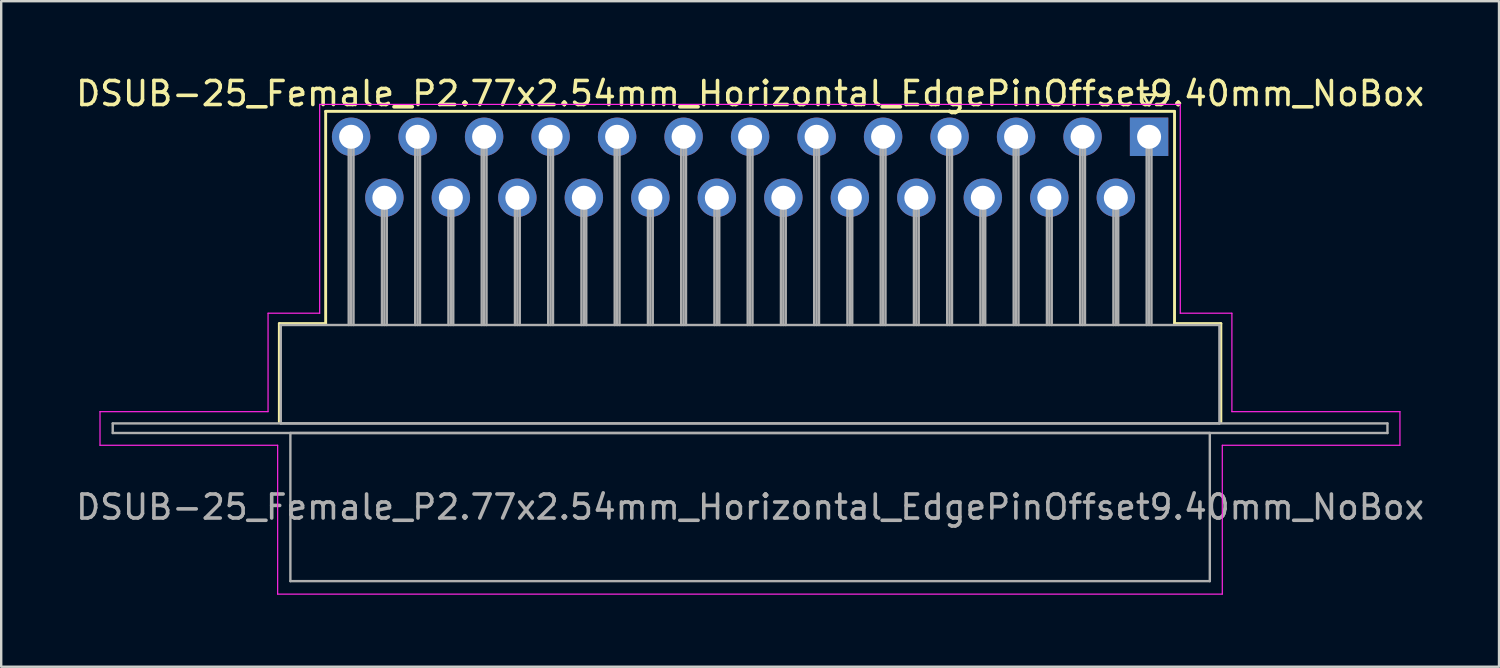
<source format=kicad_pcb>
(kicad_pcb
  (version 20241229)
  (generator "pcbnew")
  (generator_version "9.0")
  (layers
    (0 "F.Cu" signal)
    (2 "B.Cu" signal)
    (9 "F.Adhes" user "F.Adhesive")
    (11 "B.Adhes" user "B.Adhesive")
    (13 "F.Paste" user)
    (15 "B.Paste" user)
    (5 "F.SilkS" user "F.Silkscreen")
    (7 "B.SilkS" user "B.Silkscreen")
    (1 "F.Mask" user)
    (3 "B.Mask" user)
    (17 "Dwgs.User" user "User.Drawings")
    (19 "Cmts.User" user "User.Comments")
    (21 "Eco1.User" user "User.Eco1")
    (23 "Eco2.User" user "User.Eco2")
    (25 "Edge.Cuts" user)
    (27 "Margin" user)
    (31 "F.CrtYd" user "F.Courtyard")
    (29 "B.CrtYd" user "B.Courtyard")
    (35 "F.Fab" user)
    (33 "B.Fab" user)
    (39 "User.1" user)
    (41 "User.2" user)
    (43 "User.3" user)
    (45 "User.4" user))
  (footprint "DSUB-25_Female_P2.77x2.54mm_Horizontal_EdgePinOffset9.40mm_NoBox"
    (layer "F.Cu")
    (at 44.816 2.648)
    (property "Reference" "DSUB-25_Female_P2.77x2.54mm_Horizontal_EdgePinOffset9.40mm_NoBox" (at -16.62 -1.8 0) (layer "F.SilkS") (effects (font (size 1 1) (thickness 0.15))))
    (attr through_hole)
    (fp_line (start -36.23 7.78) (end -34.3 7.78) (stroke (width 0.12) (type solid)) (layer "F.SilkS"))
    (fp_line (start -36.23 11.88) (end -36.23 7.78) (stroke (width 0.12) (type solid)) (layer "F.SilkS"))
    (fp_line (start -34.3 -1.06) (end 1.06 -1.06) (stroke (width 0.12) (type solid)) (layer "F.SilkS"))
    (fp_line (start -34.3 7.78) (end -34.3 -1.06) (stroke (width 0.12) (type solid)) (layer "F.SilkS"))
    (fp_line (start -0.25 -1.754) (end 0.25 -1.754) (stroke (width 0.12) (type solid)) (layer "F.SilkS"))
    (fp_line (start 0 -1.321) (end -0.25 -1.754) (stroke (width 0.12) (type solid)) (layer "F.SilkS"))
    (fp_line (start 0.25 -1.754) (end 0 -1.321) (stroke (width 0.12) (type solid)) (layer "F.SilkS"))
    (fp_line (start 1.06 -1.06) (end 1.06 7.78) (stroke (width 0.12) (type solid)) (layer "F.SilkS"))
    (fp_line (start 1.06 7.78) (end 2.99 7.78) (stroke (width 0.12) (type solid)) (layer "F.SilkS"))
    (fp_line (start 2.99 7.78) (end 2.99 11.88) (stroke (width 0.12) (type solid)) (layer "F.SilkS"))
    (fp_line (start -43.7 11.45) (end -36.7 11.45) (stroke (width 0.05) (type solid)) (layer "F.CrtYd"))
    (fp_line (start -43.7 12.85) (end -43.7 11.45) (stroke (width 0.05) (type solid)) (layer "F.CrtYd"))
    (fp_line (start -36.7 7.35) (end -34.55 7.35) (stroke (width 0.05) (type solid)) (layer "F.CrtYd"))
    (fp_line (start -36.7 11.45) (end -36.7 7.35) (stroke (width 0.05) (type solid)) (layer "F.CrtYd"))
    (fp_line (start -36.3 12.85) (end -43.7 12.85) (stroke (width 0.05) (type solid)) (layer "F.CrtYd"))
    (fp_line (start -36.3 19.05) (end -36.3 12.85) (stroke (width 0.05) (type solid)) (layer "F.CrtYd"))
    (fp_line (start -34.55 -1.35) (end 1.3 -1.35) (stroke (width 0.05) (type solid)) (layer "F.CrtYd"))
    (fp_line (start -34.55 7.35) (end -34.55 -1.35) (stroke (width 0.05) (type solid)) (layer "F.CrtYd"))
    (fp_line (start 1.3 -1.35) (end 1.3 7.35) (stroke (width 0.05) (type solid)) (layer "F.CrtYd"))
    (fp_line (start 1.3 7.35) (end 3.45 7.35) (stroke (width 0.05) (type solid)) (layer "F.CrtYd"))
    (fp_line (start 3.05 12.85) (end 3.05 19.05) (stroke (width 0.05) (type solid)) (layer "F.CrtYd"))
    (fp_line (start 3.05 19.05) (end -36.3 19.05) (stroke (width 0.05) (type solid)) (layer "F.CrtYd"))
    (fp_line (start 3.45 7.35) (end 3.45 11.45) (stroke (width 0.05) (type solid)) (layer "F.CrtYd"))
    (fp_line (start 3.45 11.45) (end 10.45 11.45) (stroke (width 0.05) (type solid)) (layer "F.CrtYd"))
    (fp_line (start 10.45 11.45) (end 10.45 12.85) (stroke (width 0.05) (type solid)) (layer "F.CrtYd"))
    (fp_line (start 10.45 12.85) (end 3.05 12.85) (stroke (width 0.05) (type solid)) (layer "F.CrtYd"))
    (fp_line (start -43.17 11.94) (end -43.17 12.34) (stroke (width 0.1) (type solid)) (layer "F.Fab"))
    (fp_line (start -43.17 12.34) (end 9.93 12.34) (stroke (width 0.1) (type solid)) (layer "F.Fab"))
    (fp_line (start -36.17 7.84) (end -36.17 11.94) (stroke (width 0.1) (type solid)) (layer "F.Fab"))
    (fp_line (start -36.17 11.94) (end 2.93 11.94) (stroke (width 0.1) (type solid)) (layer "F.Fab"))
    (fp_line (start -35.77 12.34) (end -35.77 18.51) (stroke (width 0.1) (type solid)) (layer "F.Fab"))
    (fp_line (start -35.77 18.51) (end 2.53 18.51) (stroke (width 0.1) (type solid)) (layer "F.Fab"))
    (fp_line (start -33.34 0) (end -33.34 7.84) (stroke (width 0.1) (type solid)) (layer "F.Fab"))
    (fp_line (start -33.24 0) (end -33.24 7.84) (stroke (width 0.1) (type solid)) (layer "F.Fab"))
    (fp_line (start -33.14 0) (end -33.14 7.84) (stroke (width 0.1) (type solid)) (layer "F.Fab"))
    (fp_line (start -31.955 2.54) (end -31.955 7.84) (stroke (width 0.1) (type solid)) (layer "F.Fab"))
    (fp_line (start -31.855 2.54) (end -31.855 7.84) (stroke (width 0.1) (type solid)) (layer "F.Fab"))
    (fp_line (start -31.755 2.54) (end -31.755 7.84) (stroke (width 0.1) (type solid)) (layer "F.Fab"))
    (fp_line (start -30.57 0) (end -30.57 7.84) (stroke (width 0.1) (type solid)) (layer "F.Fab"))
    (fp_line (start -30.47 0) (end -30.47 7.84) (stroke (width 0.1) (type solid)) (layer "F.Fab"))
    (fp_line (start -30.37 0) (end -30.37 7.84) (stroke (width 0.1) (type solid)) (layer "F.Fab"))
    (fp_line (start -29.185 2.54) (end -29.185 7.84) (stroke (width 0.1) (type solid)) (layer "F.Fab"))
    (fp_line (start -29.085 2.54) (end -29.085 7.84) (stroke (width 0.1) (type solid)) (layer "F.Fab"))
    (fp_line (start -28.985 2.54) (end -28.985 7.84) (stroke (width 0.1) (type solid)) (layer "F.Fab"))
    (fp_line (start -27.8 0) (end -27.8 7.84) (stroke (width 0.1) (type solid)) (layer "F.Fab"))
    (fp_line (start -27.7 0) (end -27.7 7.84) (stroke (width 0.1) (type solid)) (layer "F.Fab"))
    (fp_line (start -27.6 0) (end -27.6 7.84) (stroke (width 0.1) (type solid)) (layer "F.Fab"))
    (fp_line (start -26.415 2.54) (end -26.415 7.84) (stroke (width 0.1) (type solid)) (layer "F.Fab"))
    (fp_line (start -26.315 2.54) (end -26.315 7.84) (stroke (width 0.1) (type solid)) (layer "F.Fab"))
    (fp_line (start -26.215 2.54) (end -26.215 7.84) (stroke (width 0.1) (type solid)) (layer "F.Fab"))
    (fp_line (start -25.03 0) (end -25.03 7.84) (stroke (width 0.1) (type solid)) (layer "F.Fab"))
    (fp_line (start -24.93 0) (end -24.93 7.84) (stroke (width 0.1) (type solid)) (layer "F.Fab"))
    (fp_line (start -24.83 0) (end -24.83 7.84) (stroke (width 0.1) (type solid)) (layer "F.Fab"))
    (fp_line (start -23.645 2.54) (end -23.645 7.84) (stroke (width 0.1) (type solid)) (layer "F.Fab"))
    (fp_line (start -23.545 2.54) (end -23.545 7.84) (stroke (width 0.1) (type solid)) (layer "F.Fab"))
    (fp_line (start -23.445 2.54) (end -23.445 7.84) (stroke (width 0.1) (type solid)) (layer "F.Fab"))
    (fp_line (start -22.26 0) (end -22.26 7.84) (stroke (width 0.1) (type solid)) (layer "F.Fab"))
    (fp_line (start -22.16 0) (end -22.16 7.84) (stroke (width 0.1) (type solid)) (layer "F.Fab"))
    (fp_line (start -22.06 0) (end -22.06 7.84) (stroke (width 0.1) (type solid)) (layer "F.Fab"))
    (fp_line (start -20.875 2.54) (end -20.875 7.84) (stroke (width 0.1) (type solid)) (layer "F.Fab"))
    (fp_line (start -20.775 2.54) (end -20.775 7.84) (stroke (width 0.1) (type solid)) (layer "F.Fab"))
    (fp_line (start -20.675 2.54) (end -20.675 7.84) (stroke (width 0.1) (type solid)) (layer "F.Fab"))
    (fp_line (start -19.49 0) (end -19.49 7.84) (stroke (width 0.1) (type solid)) (layer "F.Fab"))
    (fp_line (start -19.39 0) (end -19.39 7.84) (stroke (width 0.1) (type solid)) (layer "F.Fab"))
    (fp_line (start -19.29 0) (end -19.29 7.84) (stroke (width 0.1) (type solid)) (layer "F.Fab"))
    (fp_line (start -18.105 2.54) (end -18.105 7.84) (stroke (width 0.1) (type solid)) (layer "F.Fab"))
    (fp_line (start -18.005 2.54) (end -18.005 7.84) (stroke (width 0.1) (type solid)) (layer "F.Fab"))
    (fp_line (start -17.905 2.54) (end -17.905 7.84) (stroke (width 0.1) (type solid)) (layer "F.Fab"))
    (fp_line (start -16.72 0) (end -16.72 7.84) (stroke (width 0.1) (type solid)) (layer "F.Fab"))
    (fp_line (start -16.62 0) (end -16.62 7.84) (stroke (width 0.1) (type solid)) (layer "F.Fab"))
    (fp_line (start -16.52 0) (end -16.52 7.84) (stroke (width 0.1) (type solid)) (layer "F.Fab"))
    (fp_line (start -15.335 2.54) (end -15.335 7.84) (stroke (width 0.1) (type solid)) (layer "F.Fab"))
    (fp_line (start -15.235 2.54) (end -15.235 7.84) (stroke (width 0.1) (type solid)) (layer "F.Fab"))
    (fp_line (start -15.135 2.54) (end -15.135 7.84) (stroke (width 0.1) (type solid)) (layer "F.Fab"))
    (fp_line (start -13.95 0) (end -13.95 7.84) (stroke (width 0.1) (type solid)) (layer "F.Fab"))
    (fp_line (start -13.85 0) (end -13.85 7.84) (stroke (width 0.1) (type solid)) (layer "F.Fab"))
    (fp_line (start -13.75 0) (end -13.75 7.84) (stroke (width 0.1) (type solid)) (layer "F.Fab"))
    (fp_line (start -12.565 2.54) (end -12.565 7.84) (stroke (width 0.1) (type solid)) (layer "F.Fab"))
    (fp_line (start -12.465 2.54) (end -12.465 7.84) (stroke (width 0.1) (type solid)) (layer "F.Fab"))
    (fp_line (start -12.365 2.54) (end -12.365 7.84) (stroke (width 0.1) (type solid)) (layer "F.Fab"))
    (fp_line (start -11.18 0) (end -11.18 7.84) (stroke (width 0.1) (type solid)) (layer "F.Fab"))
    (fp_line (start -11.08 0) (end -11.08 7.84) (stroke (width 0.1) (type solid)) (layer "F.Fab"))
    (fp_line (start -10.98 0) (end -10.98 7.84) (stroke (width 0.1) (type solid)) (layer "F.Fab"))
    (fp_line (start -9.795 2.54) (end -9.795 7.84) (stroke (width 0.1) (type solid)) (layer "F.Fab"))
    (fp_line (start -9.695 2.54) (end -9.695 7.84) (stroke (width 0.1) (type solid)) (layer "F.Fab"))
    (fp_line (start -9.595 2.54) (end -9.595 7.84) (stroke (width 0.1) (type solid)) (layer "F.Fab"))
    (fp_line (start -8.41 0) (end -8.41 7.84) (stroke (width 0.1) (type solid)) (layer "F.Fab"))
    (fp_line (start -8.31 0) (end -8.31 7.84) (stroke (width 0.1) (type solid)) (layer "F.Fab"))
    (fp_line (start -8.21 0) (end -8.21 7.84) (stroke (width 0.1) (type solid)) (layer "F.Fab"))
    (fp_line (start -7.025 2.54) (end -7.025 7.84) (stroke (width 0.1) (type solid)) (layer "F.Fab"))
    (fp_line (start -6.925 2.54) (end -6.925 7.84) (stroke (width 0.1) (type solid)) (layer "F.Fab"))
    (fp_line (start -6.825 2.54) (end -6.825 7.84) (stroke (width 0.1) (type solid)) (layer "F.Fab"))
    (fp_line (start -5.64 0) (end -5.64 7.84) (stroke (width 0.1) (type solid)) (layer "F.Fab"))
    (fp_line (start -5.54 0) (end -5.54 7.84) (stroke (width 0.1) (type solid)) (layer "F.Fab"))
    (fp_line (start -5.44 0) (end -5.44 7.84) (stroke (width 0.1) (type solid)) (layer "F.Fab"))
    (fp_line (start -4.255 2.54) (end -4.255 7.84) (stroke (width 0.1) (type solid)) (layer "F.Fab"))
    (fp_line (start -4.155 2.54) (end -4.155 7.84) (stroke (width 0.1) (type solid)) (layer "F.Fab"))
    (fp_line (start -4.055 2.54) (end -4.055 7.84) (stroke (width 0.1) (type solid)) (layer "F.Fab"))
    (fp_line (start -2.87 0) (end -2.87 7.84) (stroke (width 0.1) (type solid)) (layer "F.Fab"))
    (fp_line (start -2.77 0) (end -2.77 7.84) (stroke (width 0.1) (type solid)) (layer "F.Fab"))
    (fp_line (start -2.67 0) (end -2.67 7.84) (stroke (width 0.1) (type solid)) (layer "F.Fab"))
    (fp_line (start -1.485 2.54) (end -1.485 7.84) (stroke (width 0.1) (type solid)) (layer "F.Fab"))
    (fp_line (start -1.385 2.54) (end -1.385 7.84) (stroke (width 0.1) (type solid)) (layer "F.Fab"))
    (fp_line (start -1.285 2.54) (end -1.285 7.84) (stroke (width 0.1) (type solid)) (layer "F.Fab"))
    (fp_line (start -0.1 0) (end -0.1 7.84) (stroke (width 0.1) (type solid)) (layer "F.Fab"))
    (fp_line (start 0 0) (end 0 7.84) (stroke (width 0.1) (type solid)) (layer "F.Fab"))
    (fp_line (start 0.1 0) (end 0.1 7.84) (stroke (width 0.1) (type solid)) (layer "F.Fab"))
    (fp_line (start 2.53 12.34) (end -35.77 12.34) (stroke (width 0.1) (type solid)) (layer "F.Fab"))
    (fp_line (start 2.53 18.51) (end 2.53 12.34) (stroke (width 0.1) (type solid)) (layer "F.Fab"))
    (fp_line (start 2.93 7.84) (end -36.17 7.84) (stroke (width 0.1) (type solid)) (layer "F.Fab"))
    (fp_line (start 2.93 11.94) (end 2.93 7.84) (stroke (width 0.1) (type solid)) (layer "F.Fab"))
    (fp_line (start 9.93 11.94) (end -43.17 11.94) (stroke (width 0.1) (type solid)) (layer "F.Fab"))
    (fp_line (start 9.93 12.34) (end 9.93 11.94) (stroke (width 0.1) (type solid)) (layer "F.Fab"))
    (fp_text user "${REFERENCE}" (at -16.62 15.425 0) (layer "F.Fab") (effects (font (size 1 1) (thickness 0.15))))
    (pad "1" thru_hole rect (at 0 0) (size 1.6 1.6) (drill 1) (layers "*.Cu" "*.Mask"))
    (pad "2" thru_hole circle (at -2.77 0) (size 1.6 1.6) (drill 1) (layers "*.Cu" "*.Mask"))
    (pad "3" thru_hole circle (at -5.54 0) (size 1.6 1.6) (drill 1) (layers "*.Cu" "*.Mask"))
    (pad "4" thru_hole circle (at -8.31 0) (size 1.6 1.6) (drill 1) (layers "*.Cu" "*.Mask"))
    (pad "5" thru_hole circle (at -11.08 0) (size 1.6 1.6) (drill 1) (layers "*.Cu" "*.Mask"))
    (pad "6" thru_hole circle (at -13.85 0) (size 1.6 1.6) (drill 1) (layers "*.Cu" "*.Mask"))
    (pad "7" thru_hole circle (at -16.62 0) (size 1.6 1.6) (drill 1) (layers "*.Cu" "*.Mask"))
    (pad "8" thru_hole circle (at -19.39 0) (size 1.6 1.6) (drill 1) (layers "*.Cu" "*.Mask"))
    (pad "9" thru_hole circle (at -22.16 0) (size 1.6 1.6) (drill 1) (layers "*.Cu" "*.Mask"))
    (pad "10" thru_hole circle (at -24.93 0) (size 1.6 1.6) (drill 1) (layers "*.Cu" "*.Mask"))
    (pad "11" thru_hole circle (at -27.7 0) (size 1.6 1.6) (drill 1) (layers "*.Cu" "*.Mask"))
    (pad "12" thru_hole circle (at -30.47 0) (size 1.6 1.6) (drill 1) (layers "*.Cu" "*.Mask"))
    (pad "13" thru_hole circle (at -33.24 0) (size 1.6 1.6) (drill 1) (layers "*.Cu" "*.Mask"))
    (pad "14" thru_hole circle (at -1.385 2.54) (size 1.6 1.6) (drill 1) (layers "*.Cu" "*.Mask"))
    (pad "15" thru_hole circle (at -4.155 2.54) (size 1.6 1.6) (drill 1) (layers "*.Cu" "*.Mask"))
    (pad "16" thru_hole circle (at -6.925 2.54) (size 1.6 1.6) (drill 1) (layers "*.Cu" "*.Mask"))
    (pad "17" thru_hole circle (at -9.695 2.54) (size 1.6 1.6) (drill 1) (layers "*.Cu" "*.Mask"))
    (pad "18" thru_hole circle (at -12.465 2.54) (size 1.6 1.6) (drill 1) (layers "*.Cu" "*.Mask"))
    (pad "19" thru_hole circle (at -15.235 2.54) (size 1.6 1.6) (drill 1) (layers "*.Cu" "*.Mask"))
    (pad "20" thru_hole circle (at -18.005 2.54) (size 1.6 1.6) (drill 1) (layers "*.Cu" "*.Mask"))
    (pad "21" thru_hole circle (at -20.775 2.54) (size 1.6 1.6) (drill 1) (layers "*.Cu" "*.Mask"))
    (pad "22" thru_hole circle (at -23.545 2.54) (size 1.6 1.6) (drill 1) (layers "*.Cu" "*.Mask"))
    (pad "23" thru_hole circle (at -26.315 2.54) (size 1.6 1.6) (drill 1) (layers "*.Cu" "*.Mask"))
    (pad "24" thru_hole circle (at -29.085 2.54) (size 1.6 1.6) (drill 1) (layers "*.Cu" "*.Mask"))
    (pad "25" thru_hole circle (at -31.855 2.54) (size 1.6 1.6) (drill 1) (layers "*.Cu" "*.Mask")))
  (gr_rect
    (start -3 -3)
    (end 59.393 24.723)
    (stroke (width 0.1) (type default))
    (fill no)
    (layer "Edge.Cuts")))
</source>
